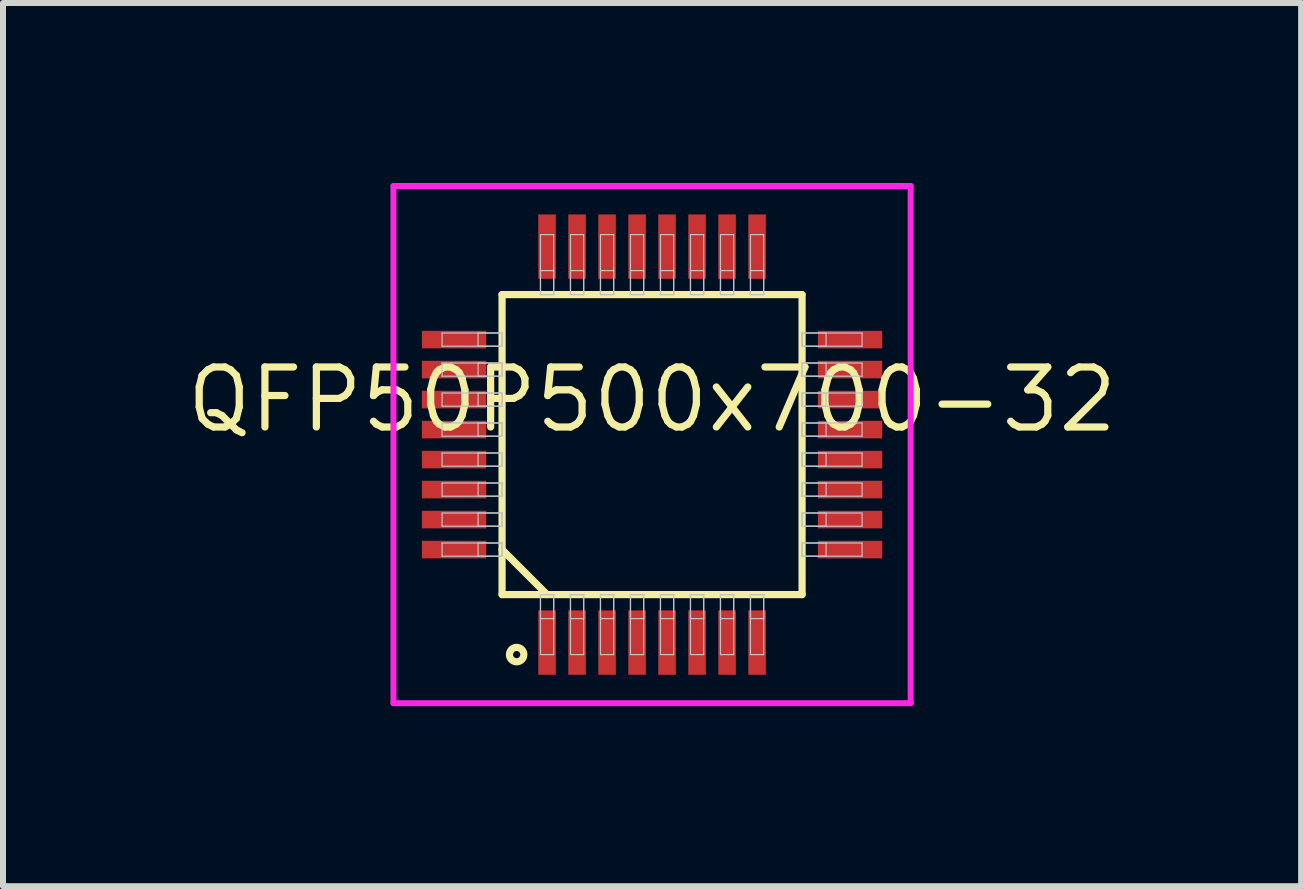
<source format=kicad_pcb>
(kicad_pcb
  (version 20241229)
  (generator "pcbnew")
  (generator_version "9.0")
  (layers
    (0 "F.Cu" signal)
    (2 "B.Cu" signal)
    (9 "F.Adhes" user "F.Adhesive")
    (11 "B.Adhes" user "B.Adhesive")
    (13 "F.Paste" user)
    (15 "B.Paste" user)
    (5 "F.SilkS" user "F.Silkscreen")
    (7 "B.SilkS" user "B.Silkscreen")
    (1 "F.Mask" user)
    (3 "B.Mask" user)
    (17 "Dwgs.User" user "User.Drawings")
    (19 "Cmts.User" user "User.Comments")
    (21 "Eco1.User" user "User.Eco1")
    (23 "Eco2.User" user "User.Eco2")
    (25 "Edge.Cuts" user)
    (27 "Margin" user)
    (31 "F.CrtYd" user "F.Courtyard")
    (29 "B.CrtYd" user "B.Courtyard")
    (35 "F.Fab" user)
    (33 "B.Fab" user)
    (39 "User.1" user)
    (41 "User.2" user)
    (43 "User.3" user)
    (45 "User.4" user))
  (footprint "QFP50P500x700-32"
    (layer "F.Cu")
    (at 7.818 4.36)
    (property "Reference" "QFP50P500x700-32" (at 0 -0.75 0) (layer "F.SilkS") (effects (font (size 1 1) (thickness 0.12))))
    (attr through_hole)
    (fp_line (start -2.5 -2.5) (end -2.5 2.5) (stroke (width 0.12) (type solid)) (layer "F.SilkS"))
    (fp_line (start -2.5 1.75) (end -1.75 2.5) (stroke (width 0.12) (type solid)) (layer "F.SilkS"))
    (fp_line (start -2.5 2.5) (end 2.5 2.5) (stroke (width 0.12) (type solid)) (layer "F.SilkS"))
    (fp_line (start 2.5 -2.5) (end -2.5 -2.5) (stroke (width 0.12) (type solid)) (layer "F.SilkS"))
    (fp_line (start 2.5 2.5) (end 2.5 -2.5) (stroke (width 0.12) (type solid)) (layer "F.SilkS"))
    (fp_circle (center -2.257 3.5) (end -2.137 3.5) (stroke (width 0.12) (type solid)) (fill no) (layer "F.SilkS"))
    (fp_line (start -3.5 -1.86) (end -3.5 -1.64) (stroke (width 0.02) (type solid)) (layer "Dwgs.User"))
    (fp_line (start -3.5 -1.64) (end -2.5 -1.64) (stroke (width 0.02) (type solid)) (layer "Dwgs.User"))
    (fp_line (start -3.5 -1.36) (end -3.5 -1.14) (stroke (width 0.02) (type solid)) (layer "Dwgs.User"))
    (fp_line (start -3.5 -1.14) (end -2.5 -1.14) (stroke (width 0.02) (type solid)) (layer "Dwgs.User"))
    (fp_line (start -3.5 -0.86) (end -3.5 -0.64) (stroke (width 0.02) (type solid)) (layer "Dwgs.User"))
    (fp_line (start -3.5 -0.64) (end -2.5 -0.64) (stroke (width 0.02) (type solid)) (layer "Dwgs.User"))
    (fp_line (start -3.5 -0.36) (end -3.5 -0.14) (stroke (width 0.02) (type solid)) (layer "Dwgs.User"))
    (fp_line (start -3.5 -0.14) (end -2.5 -0.14) (stroke (width 0.02) (type solid)) (layer "Dwgs.User"))
    (fp_line (start -3.5 0.14) (end -3.5 0.36) (stroke (width 0.02) (type solid)) (layer "Dwgs.User"))
    (fp_line (start -3.5 0.36) (end -2.5 0.36) (stroke (width 0.02) (type solid)) (layer "Dwgs.User"))
    (fp_line (start -3.5 0.64) (end -3.5 0.86) (stroke (width 0.02) (type solid)) (layer "Dwgs.User"))
    (fp_line (start -3.5 0.86) (end -2.5 0.86) (stroke (width 0.02) (type solid)) (layer "Dwgs.User"))
    (fp_line (start -3.5 1.14) (end -3.5 1.36) (stroke (width 0.02) (type solid)) (layer "Dwgs.User"))
    (fp_line (start -3.5 1.36) (end -2.5 1.36) (stroke (width 0.02) (type solid)) (layer "Dwgs.User"))
    (fp_line (start -3.5 1.64) (end -3.5 1.86) (stroke (width 0.02) (type solid)) (layer "Dwgs.User"))
    (fp_line (start -3.5 1.86) (end -2.5 1.86) (stroke (width 0.02) (type solid)) (layer "Dwgs.User"))
    (fp_line (start -2.9 -1.86) (end -2.9 -1.64) (stroke (width 0.02) (type solid)) (layer "Dwgs.User"))
    (fp_line (start -2.9 -1.64) (end -2.5 -1.64) (stroke (width 0.02) (type solid)) (layer "Dwgs.User"))
    (fp_line (start -2.9 -1.36) (end -2.9 -1.14) (stroke (width 0.02) (type solid)) (layer "Dwgs.User"))
    (fp_line (start -2.9 -1.14) (end -2.5 -1.14) (stroke (width 0.02) (type solid)) (layer "Dwgs.User"))
    (fp_line (start -2.9 -0.86) (end -2.9 -0.64) (stroke (width 0.02) (type solid)) (layer "Dwgs.User"))
    (fp_line (start -2.9 -0.64) (end -2.5 -0.64) (stroke (width 0.02) (type solid)) (layer "Dwgs.User"))
    (fp_line (start -2.9 -0.36) (end -2.9 -0.14) (stroke (width 0.02) (type solid)) (layer "Dwgs.User"))
    (fp_line (start -2.9 -0.14) (end -2.5 -0.14) (stroke (width 0.02) (type solid)) (layer "Dwgs.User"))
    (fp_line (start -2.9 0.14) (end -2.9 0.36) (stroke (width 0.02) (type solid)) (layer "Dwgs.User"))
    (fp_line (start -2.9 0.36) (end -2.5 0.36) (stroke (width 0.02) (type solid)) (layer "Dwgs.User"))
    (fp_line (start -2.9 0.64) (end -2.9 0.86) (stroke (width 0.02) (type solid)) (layer "Dwgs.User"))
    (fp_line (start -2.9 0.86) (end -2.5 0.86) (stroke (width 0.02) (type solid)) (layer "Dwgs.User"))
    (fp_line (start -2.9 1.14) (end -2.9 1.36) (stroke (width 0.02) (type solid)) (layer "Dwgs.User"))
    (fp_line (start -2.9 1.36) (end -2.5 1.36) (stroke (width 0.02) (type solid)) (layer "Dwgs.User"))
    (fp_line (start -2.9 1.64) (end -2.9 1.86) (stroke (width 0.02) (type solid)) (layer "Dwgs.User"))
    (fp_line (start -2.9 1.86) (end -2.5 1.86) (stroke (width 0.02) (type solid)) (layer "Dwgs.User"))
    (fp_line (start -2.5 -1.86) (end -3.5 -1.86) (stroke (width 0.02) (type solid)) (layer "Dwgs.User"))
    (fp_line (start -2.5 -1.86) (end -2.9 -1.86) (stroke (width 0.02) (type solid)) (layer "Dwgs.User"))
    (fp_line (start -2.5 -1.64) (end -2.5 -1.86) (stroke (width 0.02) (type solid)) (layer "Dwgs.User"))
    (fp_line (start -2.5 -1.64) (end -2.5 -1.86) (stroke (width 0.02) (type solid)) (layer "Dwgs.User"))
    (fp_line (start -2.5 -1.36) (end -3.5 -1.36) (stroke (width 0.02) (type solid)) (layer "Dwgs.User"))
    (fp_line (start -2.5 -1.36) (end -2.9 -1.36) (stroke (width 0.02) (type solid)) (layer "Dwgs.User"))
    (fp_line (start -2.5 -1.14) (end -2.5 -1.36) (stroke (width 0.02) (type solid)) (layer "Dwgs.User"))
    (fp_line (start -2.5 -1.14) (end -2.5 -1.36) (stroke (width 0.02) (type solid)) (layer "Dwgs.User"))
    (fp_line (start -2.5 -0.86) (end -3.5 -0.86) (stroke (width 0.02) (type solid)) (layer "Dwgs.User"))
    (fp_line (start -2.5 -0.86) (end -2.9 -0.86) (stroke (width 0.02) (type solid)) (layer "Dwgs.User"))
    (fp_line (start -2.5 -0.64) (end -2.5 -0.86) (stroke (width 0.02) (type solid)) (layer "Dwgs.User"))
    (fp_line (start -2.5 -0.64) (end -2.5 -0.86) (stroke (width 0.02) (type solid)) (layer "Dwgs.User"))
    (fp_line (start -2.5 -0.36) (end -3.5 -0.36) (stroke (width 0.02) (type solid)) (layer "Dwgs.User"))
    (fp_line (start -2.5 -0.36) (end -2.9 -0.36) (stroke (width 0.02) (type solid)) (layer "Dwgs.User"))
    (fp_line (start -2.5 -0.14) (end -2.5 -0.36) (stroke (width 0.02) (type solid)) (layer "Dwgs.User"))
    (fp_line (start -2.5 -0.14) (end -2.5 -0.36) (stroke (width 0.02) (type solid)) (layer "Dwgs.User"))
    (fp_line (start -2.5 0.14) (end -3.5 0.14) (stroke (width 0.02) (type solid)) (layer "Dwgs.User"))
    (fp_line (start -2.5 0.14) (end -2.9 0.14) (stroke (width 0.02) (type solid)) (layer "Dwgs.User"))
    (fp_line (start -2.5 0.36) (end -2.5 0.14) (stroke (width 0.02) (type solid)) (layer "Dwgs.User"))
    (fp_line (start -2.5 0.36) (end -2.5 0.14) (stroke (width 0.02) (type solid)) (layer "Dwgs.User"))
    (fp_line (start -2.5 0.64) (end -3.5 0.64) (stroke (width 0.02) (type solid)) (layer "Dwgs.User"))
    (fp_line (start -2.5 0.64) (end -2.9 0.64) (stroke (width 0.02) (type solid)) (layer "Dwgs.User"))
    (fp_line (start -2.5 0.86) (end -2.5 0.64) (stroke (width 0.02) (type solid)) (layer "Dwgs.User"))
    (fp_line (start -2.5 0.86) (end -2.5 0.64) (stroke (width 0.02) (type solid)) (layer "Dwgs.User"))
    (fp_line (start -2.5 1.14) (end -3.5 1.14) (stroke (width 0.02) (type solid)) (layer "Dwgs.User"))
    (fp_line (start -2.5 1.14) (end -2.9 1.14) (stroke (width 0.02) (type solid)) (layer "Dwgs.User"))
    (fp_line (start -2.5 1.36) (end -2.5 1.14) (stroke (width 0.02) (type solid)) (layer "Dwgs.User"))
    (fp_line (start -2.5 1.36) (end -2.5 1.14) (stroke (width 0.02) (type solid)) (layer "Dwgs.User"))
    (fp_line (start -2.5 1.64) (end -3.5 1.64) (stroke (width 0.02) (type solid)) (layer "Dwgs.User"))
    (fp_line (start -2.5 1.64) (end -2.9 1.64) (stroke (width 0.02) (type solid)) (layer "Dwgs.User"))
    (fp_line (start -2.5 1.86) (end -2.5 1.64) (stroke (width 0.02) (type solid)) (layer "Dwgs.User"))
    (fp_line (start -2.5 1.86) (end -2.5 1.64) (stroke (width 0.02) (type solid)) (layer "Dwgs.User"))
    (fp_line (start -1.86 -3.5) (end -1.86 -2.5) (stroke (width 0.02) (type solid)) (layer "Dwgs.User"))
    (fp_line (start -1.86 -2.9) (end -1.86 -2.5) (stroke (width 0.02) (type solid)) (layer "Dwgs.User"))
    (fp_line (start -1.86 -2.5) (end -1.64 -2.5) (stroke (width 0.02) (type solid)) (layer "Dwgs.User"))
    (fp_line (start -1.86 -2.5) (end -1.64 -2.5) (stroke (width 0.02) (type solid)) (layer "Dwgs.User"))
    (fp_line (start -1.86 2.5) (end -1.64 2.5) (stroke (width 0.02) (type solid)) (layer "Dwgs.User"))
    (fp_line (start -1.86 2.5) (end -1.64 2.5) (stroke (width 0.02) (type solid)) (layer "Dwgs.User"))
    (fp_line (start -1.86 2.9) (end -1.86 2.5) (stroke (width 0.02) (type solid)) (layer "Dwgs.User"))
    (fp_line (start -1.86 3.5) (end -1.86 2.5) (stroke (width 0.02) (type solid)) (layer "Dwgs.User"))
    (fp_line (start -1.64 -3.5) (end -1.86 -3.5) (stroke (width 0.02) (type solid)) (layer "Dwgs.User"))
    (fp_line (start -1.64 -2.9) (end -1.86 -2.9) (stroke (width 0.02) (type solid)) (layer "Dwgs.User"))
    (fp_line (start -1.64 -2.5) (end -1.64 -3.5) (stroke (width 0.02) (type solid)) (layer "Dwgs.User"))
    (fp_line (start -1.64 -2.5) (end -1.64 -2.9) (stroke (width 0.02) (type solid)) (layer "Dwgs.User"))
    (fp_line (start -1.64 2.5) (end -1.64 2.9) (stroke (width 0.02) (type solid)) (layer "Dwgs.User"))
    (fp_line (start -1.64 2.5) (end -1.64 3.5) (stroke (width 0.02) (type solid)) (layer "Dwgs.User"))
    (fp_line (start -1.64 2.9) (end -1.86 2.9) (stroke (width 0.02) (type solid)) (layer "Dwgs.User"))
    (fp_line (start -1.64 3.5) (end -1.86 3.5) (stroke (width 0.02) (type solid)) (layer "Dwgs.User"))
    (fp_line (start -1.36 -3.5) (end -1.36 -2.5) (stroke (width 0.02) (type solid)) (layer "Dwgs.User"))
    (fp_line (start -1.36 -2.9) (end -1.36 -2.5) (stroke (width 0.02) (type solid)) (layer "Dwgs.User"))
    (fp_line (start -1.36 -2.5) (end -1.14 -2.5) (stroke (width 0.02) (type solid)) (layer "Dwgs.User"))
    (fp_line (start -1.36 -2.5) (end -1.14 -2.5) (stroke (width 0.02) (type solid)) (layer "Dwgs.User"))
    (fp_line (start -1.36 2.5) (end -1.14 2.5) (stroke (width 0.02) (type solid)) (layer "Dwgs.User"))
    (fp_line (start -1.36 2.5) (end -1.14 2.5) (stroke (width 0.02) (type solid)) (layer "Dwgs.User"))
    (fp_line (start -1.36 2.9) (end -1.36 2.5) (stroke (width 0.02) (type solid)) (layer "Dwgs.User"))
    (fp_line (start -1.36 3.5) (end -1.36 2.5) (stroke (width 0.02) (type solid)) (layer "Dwgs.User"))
    (fp_line (start -1.14 -3.5) (end -1.36 -3.5) (stroke (width 0.02) (type solid)) (layer "Dwgs.User"))
    (fp_line (start -1.14 -2.9) (end -1.36 -2.9) (stroke (width 0.02) (type solid)) (layer "Dwgs.User"))
    (fp_line (start -1.14 -2.5) (end -1.14 -3.5) (stroke (width 0.02) (type solid)) (layer "Dwgs.User"))
    (fp_line (start -1.14 -2.5) (end -1.14 -2.9) (stroke (width 0.02) (type solid)) (layer "Dwgs.User"))
    (fp_line (start -1.14 2.5) (end -1.14 2.9) (stroke (width 0.02) (type solid)) (layer "Dwgs.User"))
    (fp_line (start -1.14 2.5) (end -1.14 3.5) (stroke (width 0.02) (type solid)) (layer "Dwgs.User"))
    (fp_line (start -1.14 2.9) (end -1.36 2.9) (stroke (width 0.02) (type solid)) (layer "Dwgs.User"))
    (fp_line (start -1.14 3.5) (end -1.36 3.5) (stroke (width 0.02) (type solid)) (layer "Dwgs.User"))
    (fp_line (start -0.86 -3.5) (end -0.86 -2.5) (stroke (width 0.02) (type solid)) (layer "Dwgs.User"))
    (fp_line (start -0.86 -2.9) (end -0.86 -2.5) (stroke (width 0.02) (type solid)) (layer "Dwgs.User"))
    (fp_line (start -0.86 -2.5) (end -0.64 -2.5) (stroke (width 0.02) (type solid)) (layer "Dwgs.User"))
    (fp_line (start -0.86 -2.5) (end -0.64 -2.5) (stroke (width 0.02) (type solid)) (layer "Dwgs.User"))
    (fp_line (start -0.86 2.5) (end -0.64 2.5) (stroke (width 0.02) (type solid)) (layer "Dwgs.User"))
    (fp_line (start -0.86 2.5) (end -0.64 2.5) (stroke (width 0.02) (type solid)) (layer "Dwgs.User"))
    (fp_line (start -0.86 2.9) (end -0.86 2.5) (stroke (width 0.02) (type solid)) (layer "Dwgs.User"))
    (fp_line (start -0.86 3.5) (end -0.86 2.5) (stroke (width 0.02) (type solid)) (layer "Dwgs.User"))
    (fp_line (start -0.64 -3.5) (end -0.86 -3.5) (stroke (width 0.02) (type solid)) (layer "Dwgs.User"))
    (fp_line (start -0.64 -2.9) (end -0.86 -2.9) (stroke (width 0.02) (type solid)) (layer "Dwgs.User"))
    (fp_line (start -0.64 -2.5) (end -0.64 -3.5) (stroke (width 0.02) (type solid)) (layer "Dwgs.User"))
    (fp_line (start -0.64 -2.5) (end -0.64 -2.9) (stroke (width 0.02) (type solid)) (layer "Dwgs.User"))
    (fp_line (start -0.64 2.5) (end -0.64 2.9) (stroke (width 0.02) (type solid)) (layer "Dwgs.User"))
    (fp_line (start -0.64 2.5) (end -0.64 3.5) (stroke (width 0.02) (type solid)) (layer "Dwgs.User"))
    (fp_line (start -0.64 2.9) (end -0.86 2.9) (stroke (width 0.02) (type solid)) (layer "Dwgs.User"))
    (fp_line (start -0.64 3.5) (end -0.86 3.5) (stroke (width 0.02) (type solid)) (layer "Dwgs.User"))
    (fp_line (start -0.36 -3.5) (end -0.36 -2.5) (stroke (width 0.02) (type solid)) (layer "Dwgs.User"))
    (fp_line (start -0.36 -2.9) (end -0.36 -2.5) (stroke (width 0.02) (type solid)) (layer "Dwgs.User"))
    (fp_line (start -0.36 -2.5) (end -0.14 -2.5) (stroke (width 0.02) (type solid)) (layer "Dwgs.User"))
    (fp_line (start -0.36 -2.5) (end -0.14 -2.5) (stroke (width 0.02) (type solid)) (layer "Dwgs.User"))
    (fp_line (start -0.36 2.5) (end -0.14 2.5) (stroke (width 0.02) (type solid)) (layer "Dwgs.User"))
    (fp_line (start -0.36 2.5) (end -0.14 2.5) (stroke (width 0.02) (type solid)) (layer "Dwgs.User"))
    (fp_line (start -0.36 2.9) (end -0.36 2.5) (stroke (width 0.02) (type solid)) (layer "Dwgs.User"))
    (fp_line (start -0.36 3.5) (end -0.36 2.5) (stroke (width 0.02) (type solid)) (layer "Dwgs.User"))
    (fp_line (start -0.14 -3.5) (end -0.36 -3.5) (stroke (width 0.02) (type solid)) (layer "Dwgs.User"))
    (fp_line (start -0.14 -2.9) (end -0.36 -2.9) (stroke (width 0.02) (type solid)) (layer "Dwgs.User"))
    (fp_line (start -0.14 -2.5) (end -0.14 -3.5) (stroke (width 0.02) (type solid)) (layer "Dwgs.User"))
    (fp_line (start -0.14 -2.5) (end -0.14 -2.9) (stroke (width 0.02) (type solid)) (layer "Dwgs.User"))
    (fp_line (start -0.14 2.5) (end -0.14 2.9) (stroke (width 0.02) (type solid)) (layer "Dwgs.User"))
    (fp_line (start -0.14 2.5) (end -0.14 3.5) (stroke (width 0.02) (type solid)) (layer "Dwgs.User"))
    (fp_line (start -0.14 2.9) (end -0.36 2.9) (stroke (width 0.02) (type solid)) (layer "Dwgs.User"))
    (fp_line (start -0.14 3.5) (end -0.36 3.5) (stroke (width 0.02) (type solid)) (layer "Dwgs.User"))
    (fp_line (start 0.14 -3.5) (end 0.14 -2.5) (stroke (width 0.02) (type solid)) (layer "Dwgs.User"))
    (fp_line (start 0.14 -2.9) (end 0.14 -2.5) (stroke (width 0.02) (type solid)) (layer "Dwgs.User"))
    (fp_line (start 0.14 -2.5) (end 0.36 -2.5) (stroke (width 0.02) (type solid)) (layer "Dwgs.User"))
    (fp_line (start 0.14 -2.5) (end 0.36 -2.5) (stroke (width 0.02) (type solid)) (layer "Dwgs.User"))
    (fp_line (start 0.14 2.5) (end 0.36 2.5) (stroke (width 0.02) (type solid)) (layer "Dwgs.User"))
    (fp_line (start 0.14 2.5) (end 0.36 2.5) (stroke (width 0.02) (type solid)) (layer "Dwgs.User"))
    (fp_line (start 0.14 2.9) (end 0.14 2.5) (stroke (width 0.02) (type solid)) (layer "Dwgs.User"))
    (fp_line (start 0.14 3.5) (end 0.14 2.5) (stroke (width 0.02) (type solid)) (layer "Dwgs.User"))
    (fp_line (start 0.36 -3.5) (end 0.14 -3.5) (stroke (width 0.02) (type solid)) (layer "Dwgs.User"))
    (fp_line (start 0.36 -2.9) (end 0.14 -2.9) (stroke (width 0.02) (type solid)) (layer "Dwgs.User"))
    (fp_line (start 0.36 -2.5) (end 0.36 -3.5) (stroke (width 0.02) (type solid)) (layer "Dwgs.User"))
    (fp_line (start 0.36 -2.5) (end 0.36 -2.9) (stroke (width 0.02) (type solid)) (layer "Dwgs.User"))
    (fp_line (start 0.36 2.5) (end 0.36 2.9) (stroke (width 0.02) (type solid)) (layer "Dwgs.User"))
    (fp_line (start 0.36 2.5) (end 0.36 3.5) (stroke (width 0.02) (type solid)) (layer "Dwgs.User"))
    (fp_line (start 0.36 2.9) (end 0.14 2.9) (stroke (width 0.02) (type solid)) (layer "Dwgs.User"))
    (fp_line (start 0.36 3.5) (end 0.14 3.5) (stroke (width 0.02) (type solid)) (layer "Dwgs.User"))
    (fp_line (start 0.64 -3.5) (end 0.64 -2.5) (stroke (width 0.02) (type solid)) (layer "Dwgs.User"))
    (fp_line (start 0.64 -2.9) (end 0.64 -2.5) (stroke (width 0.02) (type solid)) (layer "Dwgs.User"))
    (fp_line (start 0.64 -2.5) (end 0.86 -2.5) (stroke (width 0.02) (type solid)) (layer "Dwgs.User"))
    (fp_line (start 0.64 -2.5) (end 0.86 -2.5) (stroke (width 0.02) (type solid)) (layer "Dwgs.User"))
    (fp_line (start 0.64 2.5) (end 0.86 2.5) (stroke (width 0.02) (type solid)) (layer "Dwgs.User"))
    (fp_line (start 0.64 2.5) (end 0.86 2.5) (stroke (width 0.02) (type solid)) (layer "Dwgs.User"))
    (fp_line (start 0.64 2.9) (end 0.64 2.5) (stroke (width 0.02) (type solid)) (layer "Dwgs.User"))
    (fp_line (start 0.64 3.5) (end 0.64 2.5) (stroke (width 0.02) (type solid)) (layer "Dwgs.User"))
    (fp_line (start 0.86 -3.5) (end 0.64 -3.5) (stroke (width 0.02) (type solid)) (layer "Dwgs.User"))
    (fp_line (start 0.86 -2.9) (end 0.64 -2.9) (stroke (width 0.02) (type solid)) (layer "Dwgs.User"))
    (fp_line (start 0.86 -2.5) (end 0.86 -3.5) (stroke (width 0.02) (type solid)) (layer "Dwgs.User"))
    (fp_line (start 0.86 -2.5) (end 0.86 -2.9) (stroke (width 0.02) (type solid)) (layer "Dwgs.User"))
    (fp_line (start 0.86 2.5) (end 0.86 2.9) (stroke (width 0.02) (type solid)) (layer "Dwgs.User"))
    (fp_line (start 0.86 2.5) (end 0.86 3.5) (stroke (width 0.02) (type solid)) (layer "Dwgs.User"))
    (fp_line (start 0.86 2.9) (end 0.64 2.9) (stroke (width 0.02) (type solid)) (layer "Dwgs.User"))
    (fp_line (start 0.86 3.5) (end 0.64 3.5) (stroke (width 0.02) (type solid)) (layer "Dwgs.User"))
    (fp_line (start 1.14 -3.5) (end 1.14 -2.5) (stroke (width 0.02) (type solid)) (layer "Dwgs.User"))
    (fp_line (start 1.14 -2.9) (end 1.14 -2.5) (stroke (width 0.02) (type solid)) (layer "Dwgs.User"))
    (fp_line (start 1.14 -2.5) (end 1.36 -2.5) (stroke (width 0.02) (type solid)) (layer "Dwgs.User"))
    (fp_line (start 1.14 -2.5) (end 1.36 -2.5) (stroke (width 0.02) (type solid)) (layer "Dwgs.User"))
    (fp_line (start 1.14 2.5) (end 1.36 2.5) (stroke (width 0.02) (type solid)) (layer "Dwgs.User"))
    (fp_line (start 1.14 2.5) (end 1.36 2.5) (stroke (width 0.02) (type solid)) (layer "Dwgs.User"))
    (fp_line (start 1.14 2.9) (end 1.14 2.5) (stroke (width 0.02) (type solid)) (layer "Dwgs.User"))
    (fp_line (start 1.14 3.5) (end 1.14 2.5) (stroke (width 0.02) (type solid)) (layer "Dwgs.User"))
    (fp_line (start 1.36 -3.5) (end 1.14 -3.5) (stroke (width 0.02) (type solid)) (layer "Dwgs.User"))
    (fp_line (start 1.36 -2.9) (end 1.14 -2.9) (stroke (width 0.02) (type solid)) (layer "Dwgs.User"))
    (fp_line (start 1.36 -2.5) (end 1.36 -3.5) (stroke (width 0.02) (type solid)) (layer "Dwgs.User"))
    (fp_line (start 1.36 -2.5) (end 1.36 -2.9) (stroke (width 0.02) (type solid)) (layer "Dwgs.User"))
    (fp_line (start 1.36 2.5) (end 1.36 2.9) (stroke (width 0.02) (type solid)) (layer "Dwgs.User"))
    (fp_line (start 1.36 2.5) (end 1.36 3.5) (stroke (width 0.02) (type solid)) (layer "Dwgs.User"))
    (fp_line (start 1.36 2.9) (end 1.14 2.9) (stroke (width 0.02) (type solid)) (layer "Dwgs.User"))
    (fp_line (start 1.36 3.5) (end 1.14 3.5) (stroke (width 0.02) (type solid)) (layer "Dwgs.User"))
    (fp_line (start 1.64 -3.5) (end 1.64 -2.5) (stroke (width 0.02) (type solid)) (layer "Dwgs.User"))
    (fp_line (start 1.64 -2.9) (end 1.64 -2.5) (stroke (width 0.02) (type solid)) (layer "Dwgs.User"))
    (fp_line (start 1.64 -2.5) (end 1.86 -2.5) (stroke (width 0.02) (type solid)) (layer "Dwgs.User"))
    (fp_line (start 1.64 -2.5) (end 1.86 -2.5) (stroke (width 0.02) (type solid)) (layer "Dwgs.User"))
    (fp_line (start 1.64 2.5) (end 1.86 2.5) (stroke (width 0.02) (type solid)) (layer "Dwgs.User"))
    (fp_line (start 1.64 2.5) (end 1.86 2.5) (stroke (width 0.02) (type solid)) (layer "Dwgs.User"))
    (fp_line (start 1.64 2.9) (end 1.64 2.5) (stroke (width 0.02) (type solid)) (layer "Dwgs.User"))
    (fp_line (start 1.64 3.5) (end 1.64 2.5) (stroke (width 0.02) (type solid)) (layer "Dwgs.User"))
    (fp_line (start 1.86 -3.5) (end 1.64 -3.5) (stroke (width 0.02) (type solid)) (layer "Dwgs.User"))
    (fp_line (start 1.86 -2.9) (end 1.64 -2.9) (stroke (width 0.02) (type solid)) (layer "Dwgs.User"))
    (fp_line (start 1.86 -2.5) (end 1.86 -3.5) (stroke (width 0.02) (type solid)) (layer "Dwgs.User"))
    (fp_line (start 1.86 -2.5) (end 1.86 -2.9) (stroke (width 0.02) (type solid)) (layer "Dwgs.User"))
    (fp_line (start 1.86 2.5) (end 1.86 2.9) (stroke (width 0.02) (type solid)) (layer "Dwgs.User"))
    (fp_line (start 1.86 2.5) (end 1.86 3.5) (stroke (width 0.02) (type solid)) (layer "Dwgs.User"))
    (fp_line (start 1.86 2.9) (end 1.64 2.9) (stroke (width 0.02) (type solid)) (layer "Dwgs.User"))
    (fp_line (start 1.86 3.5) (end 1.64 3.5) (stroke (width 0.02) (type solid)) (layer "Dwgs.User"))
    (fp_line (start 2.5 -1.86) (end 2.9 -1.86) (stroke (width 0.02) (type solid)) (layer "Dwgs.User"))
    (fp_line (start 2.5 -1.86) (end 3.5 -1.86) (stroke (width 0.02) (type solid)) (layer "Dwgs.User"))
    (fp_line (start 2.5 -1.64) (end 2.5 -1.86) (stroke (width 0.02) (type solid)) (layer "Dwgs.User"))
    (fp_line (start 2.5 -1.64) (end 2.5 -1.86) (stroke (width 0.02) (type solid)) (layer "Dwgs.User"))
    (fp_line (start 2.5 -1.36) (end 2.9 -1.36) (stroke (width 0.02) (type solid)) (layer "Dwgs.User"))
    (fp_line (start 2.5 -1.36) (end 3.5 -1.36) (stroke (width 0.02) (type solid)) (layer "Dwgs.User"))
    (fp_line (start 2.5 -1.14) (end 2.5 -1.36) (stroke (width 0.02) (type solid)) (layer "Dwgs.User"))
    (fp_line (start 2.5 -1.14) (end 2.5 -1.36) (stroke (width 0.02) (type solid)) (layer "Dwgs.User"))
    (fp_line (start 2.5 -0.86) (end 2.9 -0.86) (stroke (width 0.02) (type solid)) (layer "Dwgs.User"))
    (fp_line (start 2.5 -0.86) (end 3.5 -0.86) (stroke (width 0.02) (type solid)) (layer "Dwgs.User"))
    (fp_line (start 2.5 -0.64) (end 2.5 -0.86) (stroke (width 0.02) (type solid)) (layer "Dwgs.User"))
    (fp_line (start 2.5 -0.64) (end 2.5 -0.86) (stroke (width 0.02) (type solid)) (layer "Dwgs.User"))
    (fp_line (start 2.5 -0.36) (end 2.9 -0.36) (stroke (width 0.02) (type solid)) (layer "Dwgs.User"))
    (fp_line (start 2.5 -0.36) (end 3.5 -0.36) (stroke (width 0.02) (type solid)) (layer "Dwgs.User"))
    (fp_line (start 2.5 -0.14) (end 2.5 -0.36) (stroke (width 0.02) (type solid)) (layer "Dwgs.User"))
    (fp_line (start 2.5 -0.14) (end 2.5 -0.36) (stroke (width 0.02) (type solid)) (layer "Dwgs.User"))
    (fp_line (start 2.5 0.14) (end 2.9 0.14) (stroke (width 0.02) (type solid)) (layer "Dwgs.User"))
    (fp_line (start 2.5 0.14) (end 3.5 0.14) (stroke (width 0.02) (type solid)) (layer "Dwgs.User"))
    (fp_line (start 2.5 0.36) (end 2.5 0.14) (stroke (width 0.02) (type solid)) (layer "Dwgs.User"))
    (fp_line (start 2.5 0.36) (end 2.5 0.14) (stroke (width 0.02) (type solid)) (layer "Dwgs.User"))
    (fp_line (start 2.5 0.64) (end 2.9 0.64) (stroke (width 0.02) (type solid)) (layer "Dwgs.User"))
    (fp_line (start 2.5 0.64) (end 3.5 0.64) (stroke (width 0.02) (type solid)) (layer "Dwgs.User"))
    (fp_line (start 2.5 0.86) (end 2.5 0.64) (stroke (width 0.02) (type solid)) (layer "Dwgs.User"))
    (fp_line (start 2.5 0.86) (end 2.5 0.64) (stroke (width 0.02) (type solid)) (layer "Dwgs.User"))
    (fp_line (start 2.5 1.14) (end 2.9 1.14) (stroke (width 0.02) (type solid)) (layer "Dwgs.User"))
    (fp_line (start 2.5 1.14) (end 3.5 1.14) (stroke (width 0.02) (type solid)) (layer "Dwgs.User"))
    (fp_line (start 2.5 1.36) (end 2.5 1.14) (stroke (width 0.02) (type solid)) (layer "Dwgs.User"))
    (fp_line (start 2.5 1.36) (end 2.5 1.14) (stroke (width 0.02) (type solid)) (layer "Dwgs.User"))
    (fp_line (start 2.5 1.64) (end 2.9 1.64) (stroke (width 0.02) (type solid)) (layer "Dwgs.User"))
    (fp_line (start 2.5 1.64) (end 3.5 1.64) (stroke (width 0.02) (type solid)) (layer "Dwgs.User"))
    (fp_line (start 2.5 1.86) (end 2.5 1.64) (stroke (width 0.02) (type solid)) (layer "Dwgs.User"))
    (fp_line (start 2.5 1.86) (end 2.5 1.64) (stroke (width 0.02) (type solid)) (layer "Dwgs.User"))
    (fp_line (start 2.9 -1.86) (end 2.9 -1.64) (stroke (width 0.02) (type solid)) (layer "Dwgs.User"))
    (fp_line (start 2.9 -1.64) (end 2.5 -1.64) (stroke (width 0.02) (type solid)) (layer "Dwgs.User"))
    (fp_line (start 2.9 -1.36) (end 2.9 -1.14) (stroke (width 0.02) (type solid)) (layer "Dwgs.User"))
    (fp_line (start 2.9 -1.14) (end 2.5 -1.14) (stroke (width 0.02) (type solid)) (layer "Dwgs.User"))
    (fp_line (start 2.9 -0.86) (end 2.9 -0.64) (stroke (width 0.02) (type solid)) (layer "Dwgs.User"))
    (fp_line (start 2.9 -0.64) (end 2.5 -0.64) (stroke (width 0.02) (type solid)) (layer "Dwgs.User"))
    (fp_line (start 2.9 -0.36) (end 2.9 -0.14) (stroke (width 0.02) (type solid)) (layer "Dwgs.User"))
    (fp_line (start 2.9 -0.14) (end 2.5 -0.14) (stroke (width 0.02) (type solid)) (layer "Dwgs.User"))
    (fp_line (start 2.9 0.14) (end 2.9 0.36) (stroke (width 0.02) (type solid)) (layer "Dwgs.User"))
    (fp_line (start 2.9 0.36) (end 2.5 0.36) (stroke (width 0.02) (type solid)) (layer "Dwgs.User"))
    (fp_line (start 2.9 0.64) (end 2.9 0.86) (stroke (width 0.02) (type solid)) (layer "Dwgs.User"))
    (fp_line (start 2.9 0.86) (end 2.5 0.86) (stroke (width 0.02) (type solid)) (layer "Dwgs.User"))
    (fp_line (start 2.9 1.14) (end 2.9 1.36) (stroke (width 0.02) (type solid)) (layer "Dwgs.User"))
    (fp_line (start 2.9 1.36) (end 2.5 1.36) (stroke (width 0.02) (type solid)) (layer "Dwgs.User"))
    (fp_line (start 2.9 1.64) (end 2.9 1.86) (stroke (width 0.02) (type solid)) (layer "Dwgs.User"))
    (fp_line (start 2.9 1.86) (end 2.5 1.86) (stroke (width 0.02) (type solid)) (layer "Dwgs.User"))
    (fp_line (start 3.5 -1.86) (end 3.5 -1.64) (stroke (width 0.02) (type solid)) (layer "Dwgs.User"))
    (fp_line (start 3.5 -1.64) (end 2.5 -1.64) (stroke (width 0.02) (type solid)) (layer "Dwgs.User"))
    (fp_line (start 3.5 -1.36) (end 3.5 -1.14) (stroke (width 0.02) (type solid)) (layer "Dwgs.User"))
    (fp_line (start 3.5 -1.14) (end 2.5 -1.14) (stroke (width 0.02) (type solid)) (layer "Dwgs.User"))
    (fp_line (start 3.5 -0.86) (end 3.5 -0.64) (stroke (width 0.02) (type solid)) (layer "Dwgs.User"))
    (fp_line (start 3.5 -0.64) (end 2.5 -0.64) (stroke (width 0.02) (type solid)) (layer "Dwgs.User"))
    (fp_line (start 3.5 -0.36) (end 3.5 -0.14) (stroke (width 0.02) (type solid)) (layer "Dwgs.User"))
    (fp_line (start 3.5 -0.14) (end 2.5 -0.14) (stroke (width 0.02) (type solid)) (layer "Dwgs.User"))
    (fp_line (start 3.5 0.14) (end 3.5 0.36) (stroke (width 0.02) (type solid)) (layer "Dwgs.User"))
    (fp_line (start 3.5 0.36) (end 2.5 0.36) (stroke (width 0.02) (type solid)) (layer "Dwgs.User"))
    (fp_line (start 3.5 0.64) (end 3.5 0.86) (stroke (width 0.02) (type solid)) (layer "Dwgs.User"))
    (fp_line (start 3.5 0.86) (end 2.5 0.86) (stroke (width 0.02) (type solid)) (layer "Dwgs.User"))
    (fp_line (start 3.5 1.14) (end 3.5 1.36) (stroke (width 0.02) (type solid)) (layer "Dwgs.User"))
    (fp_line (start 3.5 1.36) (end 2.5 1.36) (stroke (width 0.02) (type solid)) (layer "Dwgs.User"))
    (fp_line (start 3.5 1.64) (end 3.5 1.86) (stroke (width 0.02) (type solid)) (layer "Dwgs.User"))
    (fp_line (start 3.5 1.86) (end 2.5 1.86) (stroke (width 0.02) (type solid)) (layer "Dwgs.User"))
    (fp_line (start -0.75 0) (end 0.75 0) (stroke (width 0.12) (type solid)) (layer "Eco1.User"))
    (fp_line (start 0 -0.75) (end 0 0.75) (stroke (width 0.12) (type solid)) (layer "Eco1.User"))
    (fp_circle (center 0 0) (end 0.5 0) (stroke (width 0.12) (type solid)) (fill no) (layer "Eco1.User"))
    (fp_line (start -4.31 -4.31) (end -4.31 4.31) (stroke (width 0.1) (type solid)) (layer "F.CrtYd"))
    (fp_line (start -4.31 4.31) (end 4.31 4.31) (stroke (width 0.1) (type solid)) (layer "F.CrtYd"))
    (fp_line (start 4.31 -4.31) (end -4.31 -4.31) (stroke (width 0.1) (type solid)) (layer "F.CrtYd"))
    (fp_line (start 4.31 4.31) (end 4.31 -4.31) (stroke (width 0.1) (type solid)) (layer "F.CrtYd"))
    (pad "1" smd rect (at -1.75 3.3) (size 0.293 1.073) (layers "F.Cu" "F.Mask" "F.Paste"))
    (pad "2" smd rect (at -1.25 3.3) (size 0.293 1.073) (layers "F.Cu" "F.Mask" "F.Paste"))
    (pad "3" smd rect (at -0.75 3.3) (size 0.293 1.073) (layers "F.Cu" "F.Mask" "F.Paste"))
    (pad "4" smd rect (at -0.25 3.3) (size 0.293 1.073) (layers "F.Cu" "F.Mask" "F.Paste"))
    (pad "5" smd rect (at 0.25 3.3) (size 0.293 1.073) (layers "F.Cu" "F.Mask" "F.Paste"))
    (pad "6" smd rect (at 0.75 3.3) (size 0.293 1.073) (layers "F.Cu" "F.Mask" "F.Paste"))
    (pad "7" smd rect (at 1.25 3.3) (size 0.293 1.073) (layers "F.Cu" "F.Mask" "F.Paste"))
    (pad "8" smd rect (at 1.75 3.3) (size 0.293 1.073) (layers "F.Cu" "F.Mask" "F.Paste"))
    (pad "9" smd rect (at 3.3 1.75) (size 1.073 0.293) (layers "F.Cu" "F.Mask" "F.Paste"))
    (pad "10" smd rect (at 3.3 1.25) (size 1.073 0.293) (layers "F.Cu" "F.Mask" "F.Paste"))
    (pad "11" smd rect (at 3.3 0.75) (size 1.073 0.293) (layers "F.Cu" "F.Mask" "F.Paste"))
    (pad "12" smd rect (at 3.3 0.25) (size 1.073 0.293) (layers "F.Cu" "F.Mask" "F.Paste"))
    (pad "13" smd rect (at 3.3 -0.25) (size 1.073 0.293) (layers "F.Cu" "F.Mask" "F.Paste"))
    (pad "14" smd rect (at 3.3 -0.75) (size 1.073 0.293) (layers "F.Cu" "F.Mask" "F.Paste"))
    (pad "15" smd rect (at 3.3 -1.25) (size 1.073 0.293) (layers "F.Cu" "F.Mask" "F.Paste"))
    (pad "16" smd rect (at 3.3 -1.75) (size 1.073 0.293) (layers "F.Cu" "F.Mask" "F.Paste"))
    (pad "17" smd rect (at 1.75 -3.3) (size 0.293 1.073) (layers "F.Cu" "F.Mask" "F.Paste"))
    (pad "18" smd rect (at 1.25 -3.3) (size 0.293 1.073) (layers "F.Cu" "F.Mask" "F.Paste"))
    (pad "19" smd rect (at 0.75 -3.3) (size 0.293 1.073) (layers "F.Cu" "F.Mask" "F.Paste"))
    (pad "20" smd rect (at 0.25 -3.3) (size 0.293 1.073) (layers "F.Cu" "F.Mask" "F.Paste"))
    (pad "21" smd rect (at -0.25 -3.3) (size 0.293 1.073) (layers "F.Cu" "F.Mask" "F.Paste"))
    (pad "22" smd rect (at -0.75 -3.3) (size 0.293 1.073) (layers "F.Cu" "F.Mask" "F.Paste"))
    (pad "23" smd rect (at -1.25 -3.3) (size 0.293 1.073) (layers "F.Cu" "F.Mask" "F.Paste"))
    (pad "24" smd rect (at -1.75 -3.3) (size 0.293 1.073) (layers "F.Cu" "F.Mask" "F.Paste"))
    (pad "25" smd rect (at -3.3 -1.75) (size 1.073 0.293) (layers "F.Cu" "F.Mask" "F.Paste"))
    (pad "26" smd rect (at -3.3 -1.25) (size 1.073 0.293) (layers "F.Cu" "F.Mask" "F.Paste"))
    (pad "27" smd rect (at -3.3 -0.75) (size 1.073 0.293) (layers "F.Cu" "F.Mask" "F.Paste"))
    (pad "28" smd rect (at -3.3 -0.25) (size 1.073 0.293) (layers "F.Cu" "F.Mask" "F.Paste"))
    (pad "29" smd rect (at -3.3 0.25) (size 1.073 0.293) (layers "F.Cu" "F.Mask" "F.Paste"))
    (pad "30" smd rect (at -3.3 0.75) (size 1.073 0.293) (layers "F.Cu" "F.Mask" "F.Paste"))
    (pad "31" smd rect (at -3.3 1.25) (size 1.073 0.293) (layers "F.Cu" "F.Mask" "F.Paste"))
    (pad "32" smd rect (at -3.3 1.75) (size 1.073 0.293) (layers "F.Cu" "F.Mask" "F.Paste")))
  (gr_rect
    (start -3 -3)
    (end 18.636 11.72)
    (stroke (width 0.1) (type default))
    (fill no)
    (layer "Edge.Cuts")))
</source>
